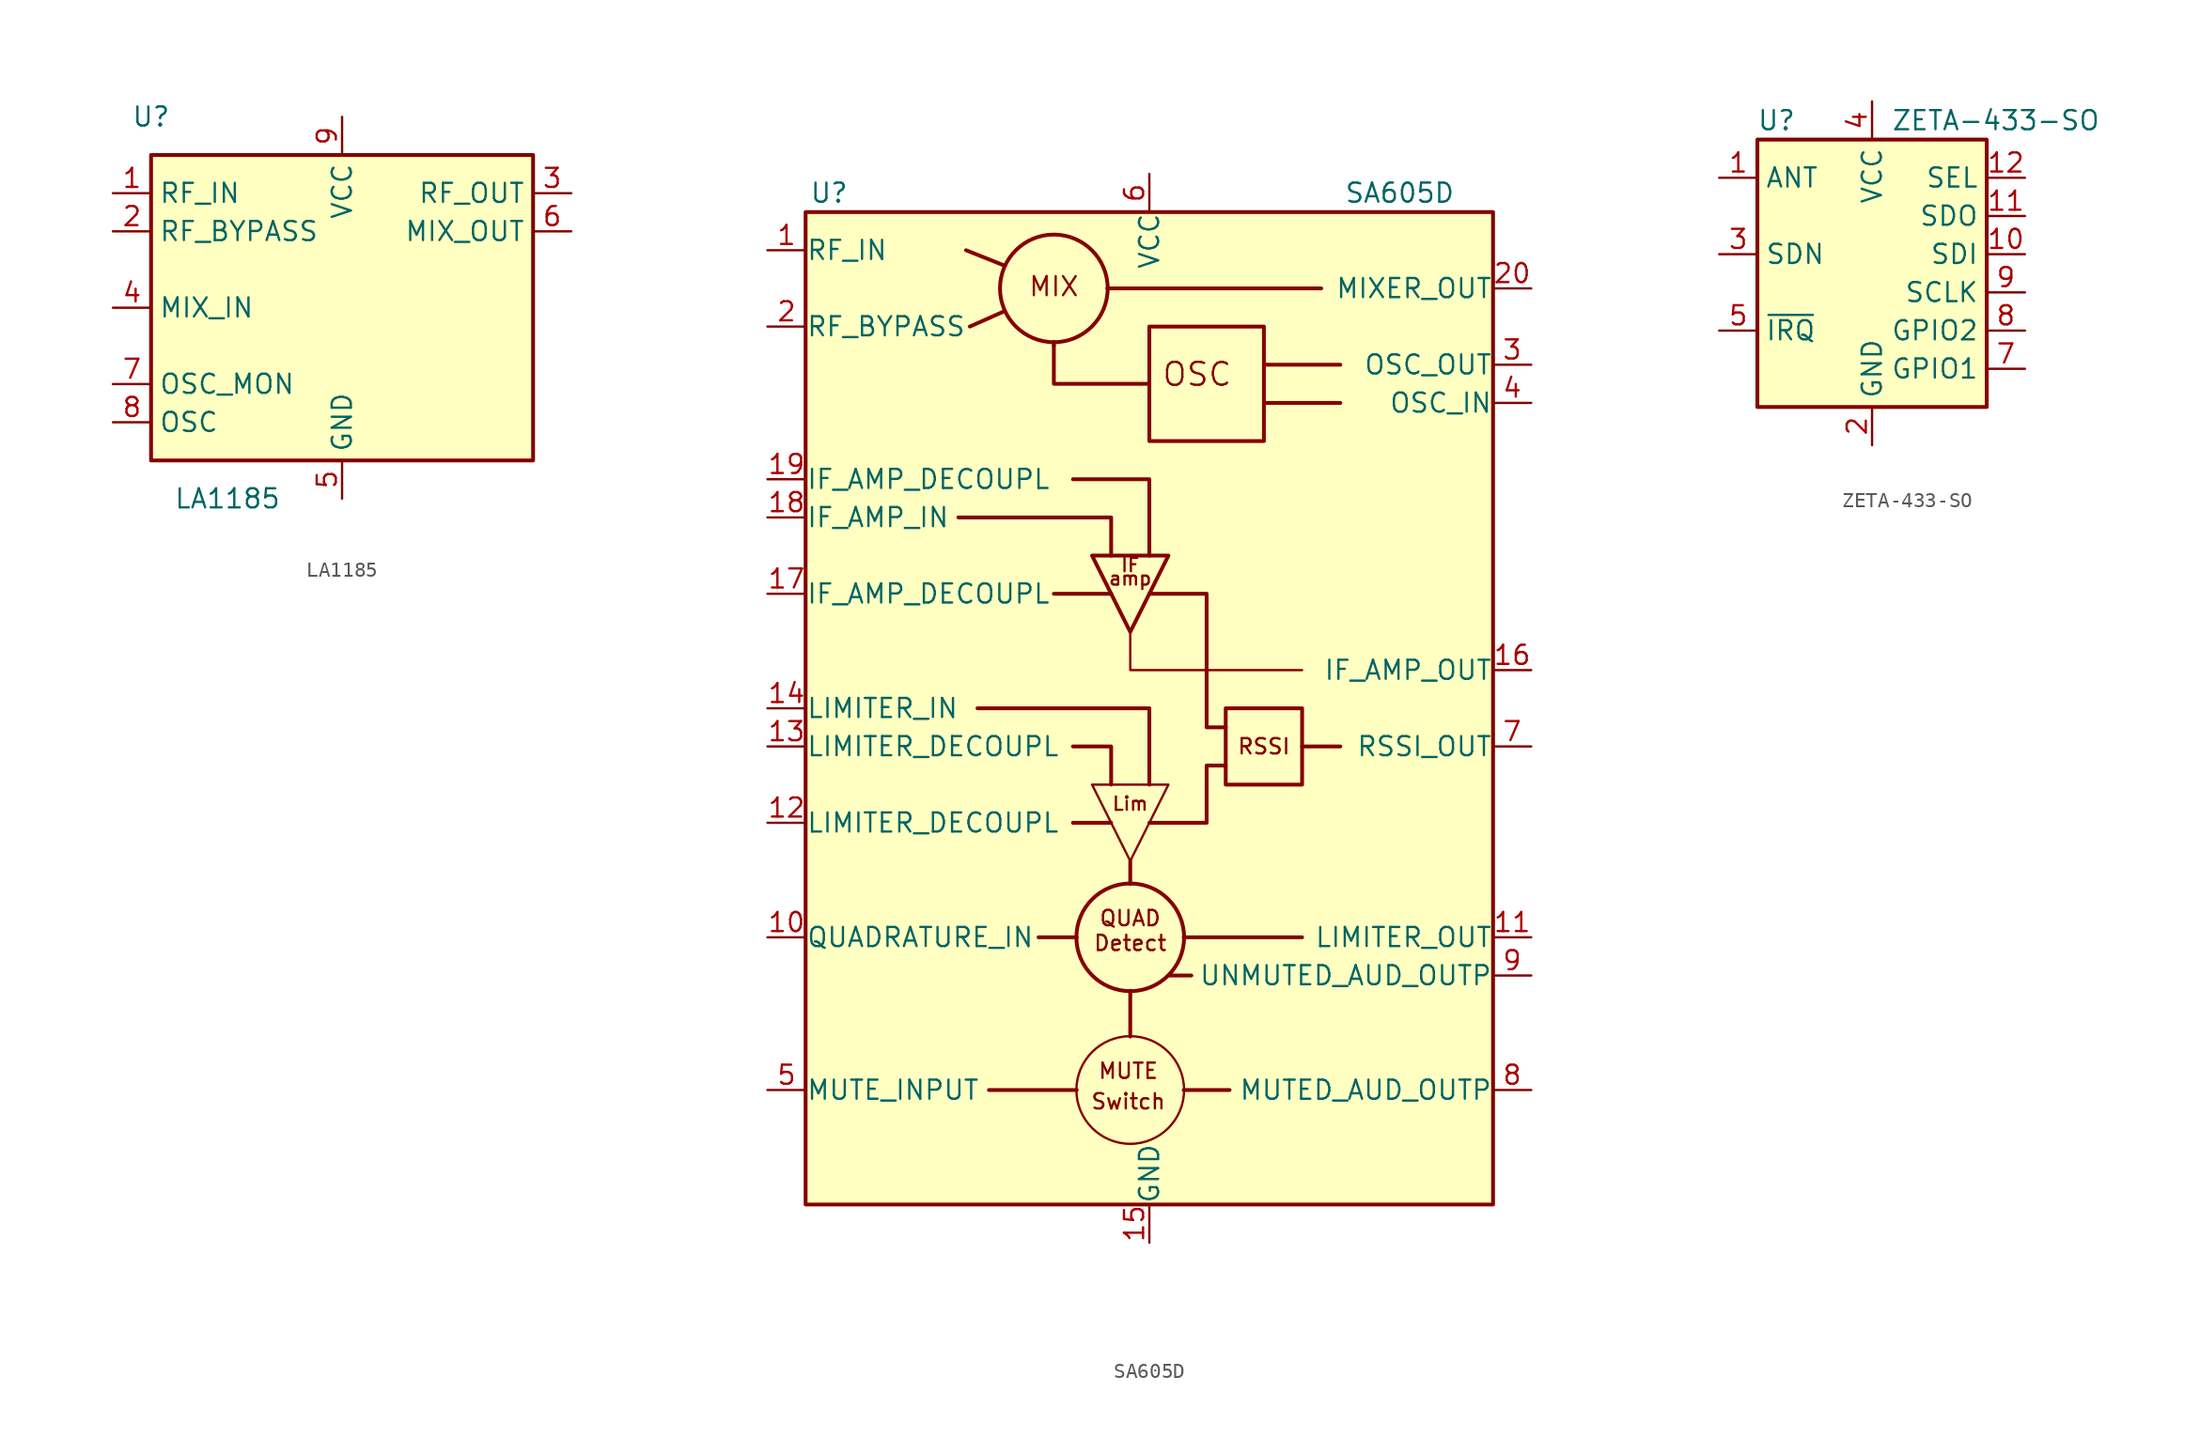
<source format=kicad_sym>
(kicad_symbol_lib
  (version 20201005)
  (generator kicad_symbol_editor)
  (symbol "LA1185"
    (property "Reference" "U"
      (at -12.7 12.7 0)
      (effects (font (size 1.27 1.27))))
    (property "Value" "LA1185"
      (at -7.62 -12.7 0)
      (effects (font (size 1.27 1.27))))
    (symbol "LA1185_0_1"
      (rectangle (start -12.7 10.16) (end 12.7 -10.16) (stroke (width 0.254)) (fill (type background))))
    (symbol "LA1185_1_1"
      (pin input line (at -15.24 7.62 0) (length 2.54) (name "RF_IN" (effects (font (size 1.27 1.27)))) (number "1" (effects (font (size 1.27 1.27)))))
      (pin passive line (at -15.24 5.08 0) (length 2.54) (name "RF_BYPASS" (effects (font (size 1.27 1.27)))) (number "2" (effects (font (size 1.27 1.27)))))
      (pin output line (at 15.24 7.62 180) (length 2.54) (name "RF_OUT" (effects (font (size 1.27 1.27)))) (number "3" (effects (font (size 1.27 1.27)))))
      (pin input line (at -15.24 0 0) (length 2.54) (name "MIX_IN" (effects (font (size 1.27 1.27)))) (number "4" (effects (font (size 1.27 1.27)))))
      (pin power_in line (at 0 -12.7 90) (length 2.54) (name "GND" (effects (font (size 1.27 1.27)))) (number "5" (effects (font (size 1.27 1.27)))))
      (pin output line (at 15.24 5.08 180) (length 2.54) (name "MIX_OUT" (effects (font (size 1.27 1.27)))) (number "6" (effects (font (size 1.27 1.27)))))
      (pin passive line (at -15.24 -5.08 0) (length 2.54) (name "OSC_MON" (effects (font (size 1.27 1.27)))) (number "7" (effects (font (size 1.27 1.27)))))
      (pin output line (at -15.24 -7.62 0) (length 2.54) (name "OSC" (effects (font (size 1.27 1.27)))) (number "8" (effects (font (size 1.27 1.27)))))
      (pin power_in line (at 0 12.7 270) (length 2.54) (name "VCC" (effects (font (size 1.27 1.27)))) (number "9" (effects (font (size 1.27 1.27)))))))
  (symbol "SA605D"
    (pin_names
      (offset 0.025))
    (property "Reference" "U"
      (at -22.606 24.13 0)
      (effects (font (size 1.27 1.27)) (justify left)))
    (property "Value" "SA605D"
      (at 12.954 24.13 0)
      (effects (font (size 1.27 1.27)) (justify left)))
    (symbol "SA605D_0_0"
      (circle (center -1.27 -35.56) (radius 3.581) (stroke (width 0)) (fill (type none)))
      (circle (center -1.27 -25.4) (radius 3.581) (stroke (width 0.254)) (fill (type none)))
      (text "amp" (at -1.27 -1.524 0) (effects (font (size 0.889 0.889))))
      (text "Detect" (at -1.27 -25.781 0) (effects (font (size 1.016 1.016))))
      (text "IF" (at -1.27 -0.635 0) (effects (font (size 0.889 0.889))))
      (text "Lim" (at -1.27 -16.51 0) (effects (font (size 0.889 0.889))))
      (text "MIX" (at -6.35 17.907 0) (effects (font (size 1.27 1.27))))
      (text "MUTE" (at -1.397 -34.29 0) (effects (font (size 1.016 1.016))))
      (text "OSC" (at 3.175 12.065 0) (effects (font (size 1.524 1.524))))
      (text "QUAD" (at -1.27 -24.13 0) (effects (font (size 1.016 1.016))))
      (text "RSSI" (at 7.62 -12.7 0) (effects (font (size 1.016 1.016))))
      (text "Switch" (at -1.397 -36.322 0) (effects (font (size 1.016 1.016))))
      (polyline (pts (xy -12.192 20.32) (xy -9.652 19.304)) (stroke (width 0.254)) (fill (type none)))
      (polyline (pts (xy -11.938 15.24) (xy -9.652 16.256)) (stroke (width 0.254)) (fill (type none)))
      (polyline (pts (xy -6.35 -2.54) (xy -2.54 -2.54)) (stroke (width 0.254)) (fill (type none)))
      (polyline (pts (xy -6.35 13.97) (xy -6.35 14.224)) (stroke (width 0.254)) (fill (type none)))
      (polyline (pts (xy -4.826 -35.56) (xy -10.668 -35.56)) (stroke (width 0.254)) (fill (type none)))
      (polyline (pts (xy -4.826 -25.4) (xy -7.366 -25.4)) (stroke (width 0.254)) (fill (type none)))
      (polyline (pts (xy -2.54 -17.78) (xy -5.08 -17.78)) (stroke (width 0.254)) (fill (type none)))
      (polyline (pts (xy -2.54 17.78) (xy -2.794 17.78)) (stroke (width 0.254)) (fill (type none)))
      (polyline (pts (xy -1.27 -28.956) (xy -1.27 -32.004)) (stroke (width 0.254)) (fill (type none)))
      (polyline (pts (xy -1.27 -20.32) (xy -1.27 -21.844)) (stroke (width 0.254)) (fill (type none)))
      (polyline (pts (xy 1.27 -27.94) (xy 2.794 -27.94)) (stroke (width 0.254)) (fill (type none)))
      (polyline (pts (xy 2.286 -35.56) (xy 5.334 -35.56)) (stroke (width 0.254)) (fill (type none)))
      (polyline (pts (xy 2.286 -25.4) (xy 10.16 -25.4)) (stroke (width 0.254)) (fill (type none)))
      (polyline (pts (xy 7.62 10.16) (xy 12.7 10.16)) (stroke (width 0.254)) (fill (type none)))
      (polyline (pts (xy 10.16 -12.7) (xy 12.7 -12.7)) (stroke (width 0.254)) (fill (type none)))
      (polyline (pts (xy 11.43 17.78) (xy -2.54 17.78)) (stroke (width 0.254)) (fill (type none)))
      (polyline (pts (xy 12.7 12.7) (xy 7.62 12.7)) (stroke (width 0.254)) (fill (type none)))
      (polyline (pts (xy -12.7 2.54) (xy -2.54 2.54) (xy -2.54 0)) (stroke (width 0.254)) (fill (type none)))
      (polyline (pts (xy -11.43 -10.16) (xy 0 -10.16) (xy 0 -15.24)) (stroke (width 0.254)) (fill (type none)))
      (polyline (pts (xy -5.08 5.08) (xy 0 5.08) (xy 0 0)) (stroke (width 0.254)) (fill (type none)))
      (polyline (pts (xy -2.54 -15.24) (xy -2.54 -12.7) (xy -5.08 -12.7)) (stroke (width 0.254)) (fill (type none)))
      (polyline (pts (xy 0 11.43) (xy -6.35 11.43) (xy -6.35 13.97)) (stroke (width 0.254)) (fill (type none)))
      (polyline (pts (xy 0 -17.78) (xy 3.81 -17.78) (xy 3.81 -13.97) (xy 5.08 -13.97)) (stroke (width 0.254)) (fill (type none)))
      (polyline (pts (xy 0 -2.54) (xy 3.81 -2.54) (xy 3.81 -11.43) (xy 5.08 -11.43)) (stroke (width 0.254)) (fill (type none)))
      (polyline (pts (xy 1.27 -15.24) (xy -3.81 -15.24) (xy -1.27 -20.32) (xy 1.27 -15.24) (xy 1.27 -15.24)) (stroke (width 0)) (fill (type background)))
      (polyline (pts (xy 1.27 0) (xy -3.81 0) (xy -1.27 -5.08) (xy 1.27 0) (xy 1.27 0)) (stroke (width 0.254)) (fill (type background))))
    (symbol "SA605D_0_1"
      (circle (center -6.35 17.78) (radius 3.581) (stroke (width 0.254)) (fill (type none)))
      (rectangle (start 0 15.24) (end 7.62 7.62) (stroke (width 0.254)) (fill (type none)))
      (rectangle (start 5.08 -10.16) (end 10.16 -15.24) (stroke (width 0.254)) (fill (type none)))
      (rectangle (start -22.86 22.86) (end 22.86 -43.18) (stroke (width 0.254)) (fill (type background)))
      (polyline (pts (xy -1.27 -5.08) (xy -1.27 -7.62) (xy 10.16 -7.62)) (stroke (width 0)) (fill (type none))))
    (symbol "SA605D_1_1"
      (pin input line (at -25.4 20.32 0) (length 2.54) (name "RF_IN" (effects (font (size 1.27 1.27)))) (number "1" (effects (font (size 1.27 1.27)))))
      (pin input line (at -25.4 -25.4 0) (length 2.54) (name "QUADRATURE_IN" (effects (font (size 1.27 1.27)))) (number "10" (effects (font (size 1.27 1.27)))))
      (pin output line (at 25.4 -25.4 180) (length 2.54) (name "LIMITER_OUT" (effects (font (size 1.27 1.27)))) (number "11" (effects (font (size 1.27 1.27)))))
      (pin input line (at -25.4 -17.78 0) (length 2.54) (name "LIMITER_DECOUPL" (effects (font (size 1.27 1.27)))) (number "12" (effects (font (size 1.27 1.27)))))
      (pin input line (at -25.4 -12.7 0) (length 2.54) (name "LIMITER_DECOUPL" (effects (font (size 1.27 1.27)))) (number "13" (effects (font (size 1.27 1.27)))))
      (pin input line (at -25.4 -10.16 0) (length 2.54) (name "LIMITER_IN" (effects (font (size 1.27 1.27)))) (number "14" (effects (font (size 1.27 1.27)))))
      (pin power_in line (at 0 -45.72 90) (length 2.54) (name "GND" (effects (font (size 1.27 1.27)))) (number "15" (effects (font (size 1.27 1.27)))))
      (pin output line (at 25.4 -7.62 180) (length 2.54) (name "IF_AMP_OUT" (effects (font (size 1.27 1.27)))) (number "16" (effects (font (size 1.27 1.27)))))
      (pin input line (at -25.4 -2.54 0) (length 2.54) (name "IF_AMP_DECOUPL" (effects (font (size 1.27 1.27)))) (number "17" (effects (font (size 1.27 1.27)))))
      (pin input line (at -25.4 2.54 0) (length 2.54) (name "IF_AMP_IN" (effects (font (size 1.27 1.27)))) (number "18" (effects (font (size 1.27 1.27)))))
      (pin input line (at -25.4 5.08 0) (length 2.54) (name "IF_AMP_DECOUPL" (effects (font (size 1.27 1.27)))) (number "19" (effects (font (size 1.27 1.27)))))
      (pin input line (at -25.4 15.24 0) (length 2.54) (name "RF_BYPASS" (effects (font (size 1.27 1.27)))) (number "2" (effects (font (size 1.27 1.27)))))
      (pin output line (at 25.4 17.78 180) (length 2.54) (name "MIXER_OUT" (effects (font (size 1.27 1.27)))) (number "20" (effects (font (size 1.27 1.27)))))
      (pin output line (at 25.4 12.7 180) (length 2.54) (name "OSC_OUT" (effects (font (size 1.27 1.27)))) (number "3" (effects (font (size 1.27 1.27)))))
      (pin input line (at 25.4 10.16 180) (length 2.54) (name "OSC_IN" (effects (font (size 1.27 1.27)))) (number "4" (effects (font (size 1.27 1.27)))))
      (pin input line (at -25.4 -35.56 0) (length 2.54) (name "MUTE_INPUT" (effects (font (size 1.27 1.27)))) (number "5" (effects (font (size 1.27 1.27)))))
      (pin power_in line (at 0 25.4 270) (length 2.54) (name "VCC" (effects (font (size 1.27 1.27)))) (number "6" (effects (font (size 1.27 1.27)))))
      (pin output line (at 25.4 -12.7 180) (length 2.54) (name "RSSI_OUT" (effects (font (size 1.27 1.27)))) (number "7" (effects (font (size 1.27 1.27)))))
      (pin output line (at 25.4 -35.56 180) (length 2.54) (name "MUTED_AUD_OUTP" (effects (font (size 1.27 1.27)))) (number "8" (effects (font (size 1.27 1.27)))))
      (pin output line (at 25.4 -27.94 180) (length 2.54) (name "UNMUTED_AUD_OUTP" (effects (font (size 1.27 1.27)))) (number "9" (effects (font (size 1.27 1.27)))))))
  (symbol "ZETA-433-SO"
    (property "Reference" "U"
      (at -6.35 8.89 0)
      (effects (font (size 1.27 1.27))))
    (property "Value" "ZETA-433-SO"
      (at 1.27 8.89 0)
      (effects (font (size 1.27 1.27)) (justify left)))
    (symbol "ZETA-433-SO_0_1"
      (rectangle (start 7.62 -10.16) (end -7.62 7.62) (stroke (width 0.254)) (fill (type background))))
    (symbol "ZETA-433-SO_1_1"
      (pin bidirectional line (at -10.16 5.08 0) (length 2.54) (name "ANT" (effects (font (size 1.27 1.27)))) (number "1" (effects (font (size 1.27 1.27)))))
      (pin input line (at 10.16 0 180) (length 2.54) (name "SDI" (effects (font (size 1.27 1.27)))) (number "10" (effects (font (size 1.27 1.27)))))
      (pin output line (at 10.16 2.54 180) (length 2.54) (name "SDO" (effects (font (size 1.27 1.27)))) (number "11" (effects (font (size 1.27 1.27)))))
      (pin input line (at 10.16 5.08 180) (length 2.54) (name "SEL" (effects (font (size 1.27 1.27)))) (number "12" (effects (font (size 1.27 1.27)))))
      (pin power_in line (at 0 -12.7 90) (length 2.54) (name "GND" (effects (font (size 1.27 1.27)))) (number "2" (effects (font (size 1.27 1.27)))))
      (pin input line (at -10.16 0 0) (length 2.54) (name "SDN" (effects (font (size 1.27 1.27)))) (number "3" (effects (font (size 1.27 1.27)))))
      (pin power_in line (at 0 10.16 270) (length 2.54) (name "VCC" (effects (font (size 1.27 1.27)))) (number "4" (effects (font (size 1.27 1.27)))))
      (pin output line (at -10.16 -5.08 0) (length 2.54) (name "~IRQ" (effects (font (size 1.27 1.27)))) (number "5" (effects (font (size 1.27 1.27)))))
      (pin no_connect line (at -7.62 -7.62 0) (length 2.54) hide (name "NC" (effects (font (size 1.27 1.27)))) (number "6" (effects (font (size 1.27 1.27)))))
      (pin bidirectional line (at 10.16 -7.62 180) (length 2.54) (name "GPIO1" (effects (font (size 1.27 1.27)))) (number "7" (effects (font (size 1.27 1.27)))))
      (pin bidirectional line (at 10.16 -5.08 180) (length 2.54) (name "GPIO2" (effects (font (size 1.27 1.27)))) (number "8" (effects (font (size 1.27 1.27)))))
      (pin input line (at 10.16 -2.54 180) (length 2.54) (name "SCLK" (effects (font (size 1.27 1.27)))) (number "9" (effects (font (size 1.27 1.27))))))))
</source>
